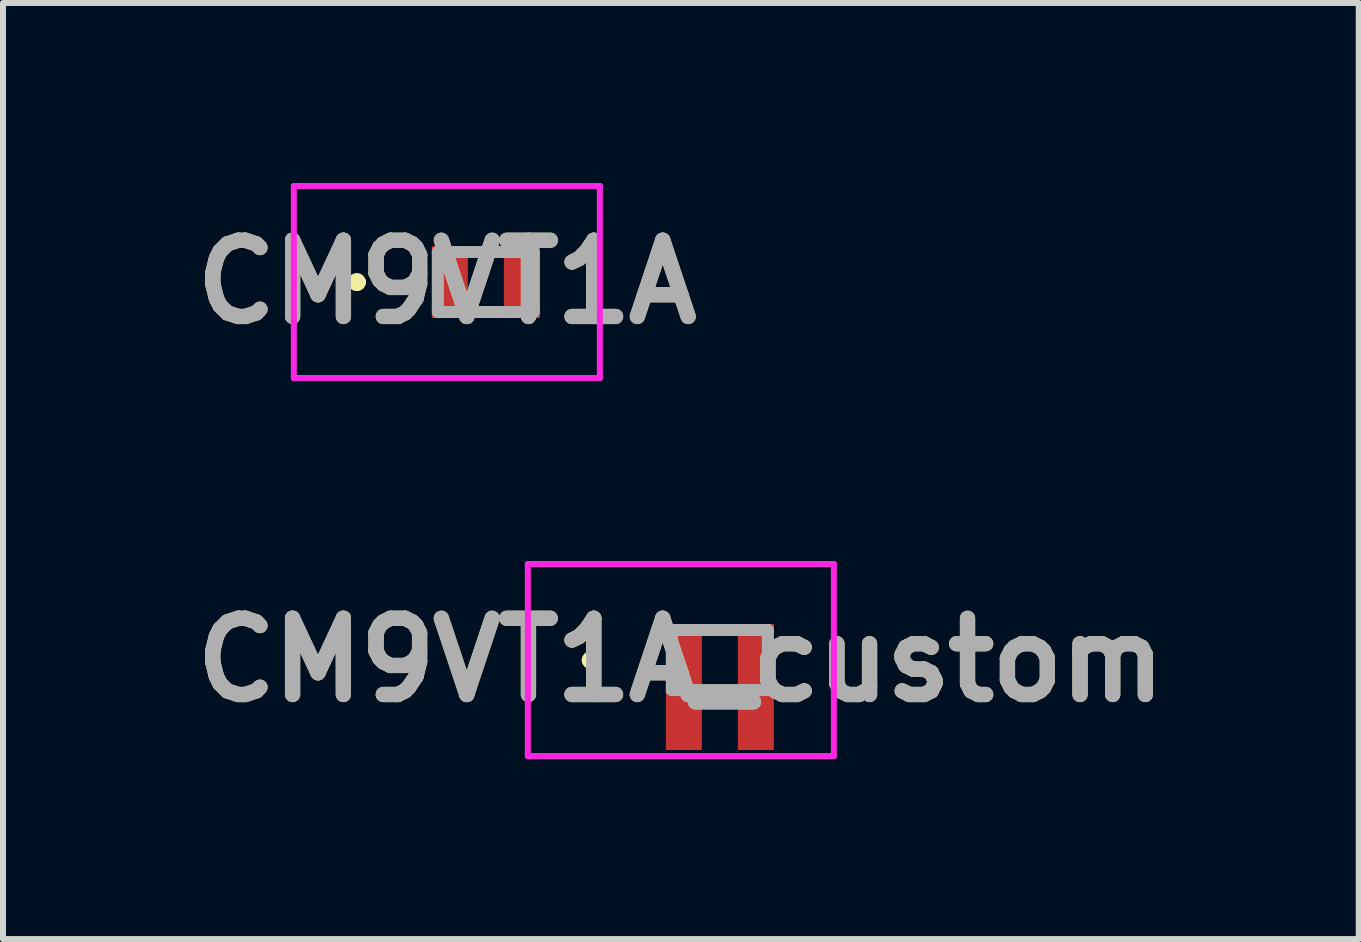
<source format=kicad_pcb>
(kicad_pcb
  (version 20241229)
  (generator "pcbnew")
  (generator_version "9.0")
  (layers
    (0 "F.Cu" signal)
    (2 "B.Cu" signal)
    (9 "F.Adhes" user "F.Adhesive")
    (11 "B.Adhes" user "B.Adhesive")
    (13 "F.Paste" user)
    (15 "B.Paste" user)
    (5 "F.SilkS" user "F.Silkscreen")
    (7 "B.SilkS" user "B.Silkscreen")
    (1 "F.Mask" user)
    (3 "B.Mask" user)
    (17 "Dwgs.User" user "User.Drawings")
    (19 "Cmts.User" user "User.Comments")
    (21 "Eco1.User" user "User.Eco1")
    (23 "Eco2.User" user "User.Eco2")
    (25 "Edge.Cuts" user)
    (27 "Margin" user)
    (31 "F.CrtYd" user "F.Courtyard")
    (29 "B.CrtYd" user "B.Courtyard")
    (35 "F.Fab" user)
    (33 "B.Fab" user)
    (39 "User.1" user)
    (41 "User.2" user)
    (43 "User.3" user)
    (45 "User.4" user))
  (footprint "CM9VT1A_custom"
    (layer "F.Cu")
    (at 8.947 7.95)
    (property "Reference" "CM9VT1A_custom" (at -0.65 0 0) (layer "F.SilkS") (effects (font (size 1.27 1.27) (thickness 0.254))))
    (attr smd)
    (fp_line (start -2.2 0) (end -2.2 0) (stroke (width 0.2) (type solid)) (layer "F.SilkS"))
    (fp_line (start -2.2 0) (end -2.2 0) (stroke (width 0.2) (type solid)) (layer "F.SilkS"))
    (fp_line (start -2.1 0) (end -2.1 0) (stroke (width 0.2) (type solid)) (layer "F.SilkS"))
    (fp_arc (start -2.2 0) (mid -2.15 -0.05) (end -2.1 0) (stroke (width 0.2) (type solid)) (layer "F.SilkS"))
    (fp_arc (start -2.1 0) (mid -2.15 0.05) (end -2.2 0) (stroke (width 0.2) (type solid)) (layer "F.SilkS"))
    (fp_arc (start -2.1 0) (mid -2.15 0.05) (end -2.2 0) (stroke (width 0.2) (type solid)) (layer "F.SilkS"))
    (fp_line (start -3.2 -1.6) (end 1.9 -1.6) (stroke (width 0.1) (type solid)) (layer "F.CrtYd"))
    (fp_line (start -3.2 1.6) (end -3.2 -1.6) (stroke (width 0.1) (type solid)) (layer "F.CrtYd"))
    (fp_line (start 1.9 -1.6) (end 1.9 1.6) (stroke (width 0.1) (type solid)) (layer "F.CrtYd"))
    (fp_line (start 1.9 1.6) (end -3.2 1.6) (stroke (width 0.1) (type solid)) (layer "F.CrtYd"))
    (fp_line (start -0.8 -0.5) (end -0.8 0.5) (stroke (width 0.2) (type solid)) (layer "F.Fab"))
    (fp_line (start -0.8 0.5) (end 0.8 0.5) (stroke (width 0.2) (type solid)) (layer "F.Fab"))
    (fp_line (start 0.8 -0.5) (end -0.8 -0.5) (stroke (width 0.2) (type solid)) (layer "F.Fab"))
    (fp_line (start 0.8 0.5) (end 0.8 -0.5) (stroke (width 0.2) (type solid)) (layer "F.Fab"))
    (fp_text user "${REFERENCE}" (at -0.65 0 0) (layer "F.Fab") (effects (font (size 1.27 1.27) (thickness 0.254))))
    (pad "1" smd rect (at -0.6 0.45) (size 0.6 2.1) (layers "F.Cu" "F.Mask" "F.Paste"))
    (pad "2" smd rect (at 0.6 0.45) (size 0.6 2.1) (layers "F.Cu" "F.Mask" "F.Paste")))
  (footprint "CM9VT1A"
    (layer "F.Cu")
    (at 5.047 1.65)
    (property "Reference" "CM9VT1A" (at -0.65 0 0) (layer "F.SilkS") (effects (font (size 1.27 1.27) (thickness 0.254))))
    (attr smd)
    (fp_line (start -2.2 0) (end -2.2 0) (stroke (width 0.2) (type solid)) (layer "F.SilkS"))
    (fp_line (start -2.2 0) (end -2.2 0) (stroke (width 0.2) (type solid)) (layer "F.SilkS"))
    (fp_line (start -2.1 0) (end -2.1 0) (stroke (width 0.2) (type solid)) (layer "F.SilkS"))
    (fp_arc (start -2.2 0) (mid -2.15 -0.05) (end -2.1 0) (stroke (width 0.2) (type solid)) (layer "F.SilkS"))
    (fp_arc (start -2.1 0) (mid -2.15 0.05) (end -2.2 0) (stroke (width 0.2) (type solid)) (layer "F.SilkS"))
    (fp_arc (start -2.1 0) (mid -2.15 0.05) (end -2.2 0) (stroke (width 0.2) (type solid)) (layer "F.SilkS"))
    (fp_line (start -3.2 -1.6) (end 1.9 -1.6) (stroke (width 0.1) (type solid)) (layer "F.CrtYd"))
    (fp_line (start -3.2 1.6) (end -3.2 -1.6) (stroke (width 0.1) (type solid)) (layer "F.CrtYd"))
    (fp_line (start 1.9 -1.6) (end 1.9 1.6) (stroke (width 0.1) (type solid)) (layer "F.CrtYd"))
    (fp_line (start 1.9 1.6) (end -3.2 1.6) (stroke (width 0.1) (type solid)) (layer "F.CrtYd"))
    (fp_line (start -0.8 -0.5) (end -0.8 0.5) (stroke (width 0.2) (type solid)) (layer "F.Fab"))
    (fp_line (start -0.8 0.5) (end 0.8 0.5) (stroke (width 0.2) (type solid)) (layer "F.Fab"))
    (fp_line (start 0.8 -0.5) (end -0.8 -0.5) (stroke (width 0.2) (type solid)) (layer "F.Fab"))
    (fp_line (start 0.8 0.5) (end 0.8 -0.5) (stroke (width 0.2) (type solid)) (layer "F.Fab"))
    (fp_text user "${REFERENCE}" (at -0.65 0 0) (layer "F.Fab") (effects (font (size 1.27 1.27) (thickness 0.254))))
    (pad "1" smd rect (at -0.6 0) (size 0.6 1.2) (layers "F.Cu" "F.Mask" "F.Paste"))
    (pad "2" smd rect (at 0.6 0) (size 0.6 1.2) (layers "F.Cu" "F.Mask" "F.Paste")))
  (gr_rect
    (start -3 -3)
    (end 19.595 12.6)
    (stroke (width 0.1) (type default))
    (fill no)
    (layer "Edge.Cuts")))
</source>
